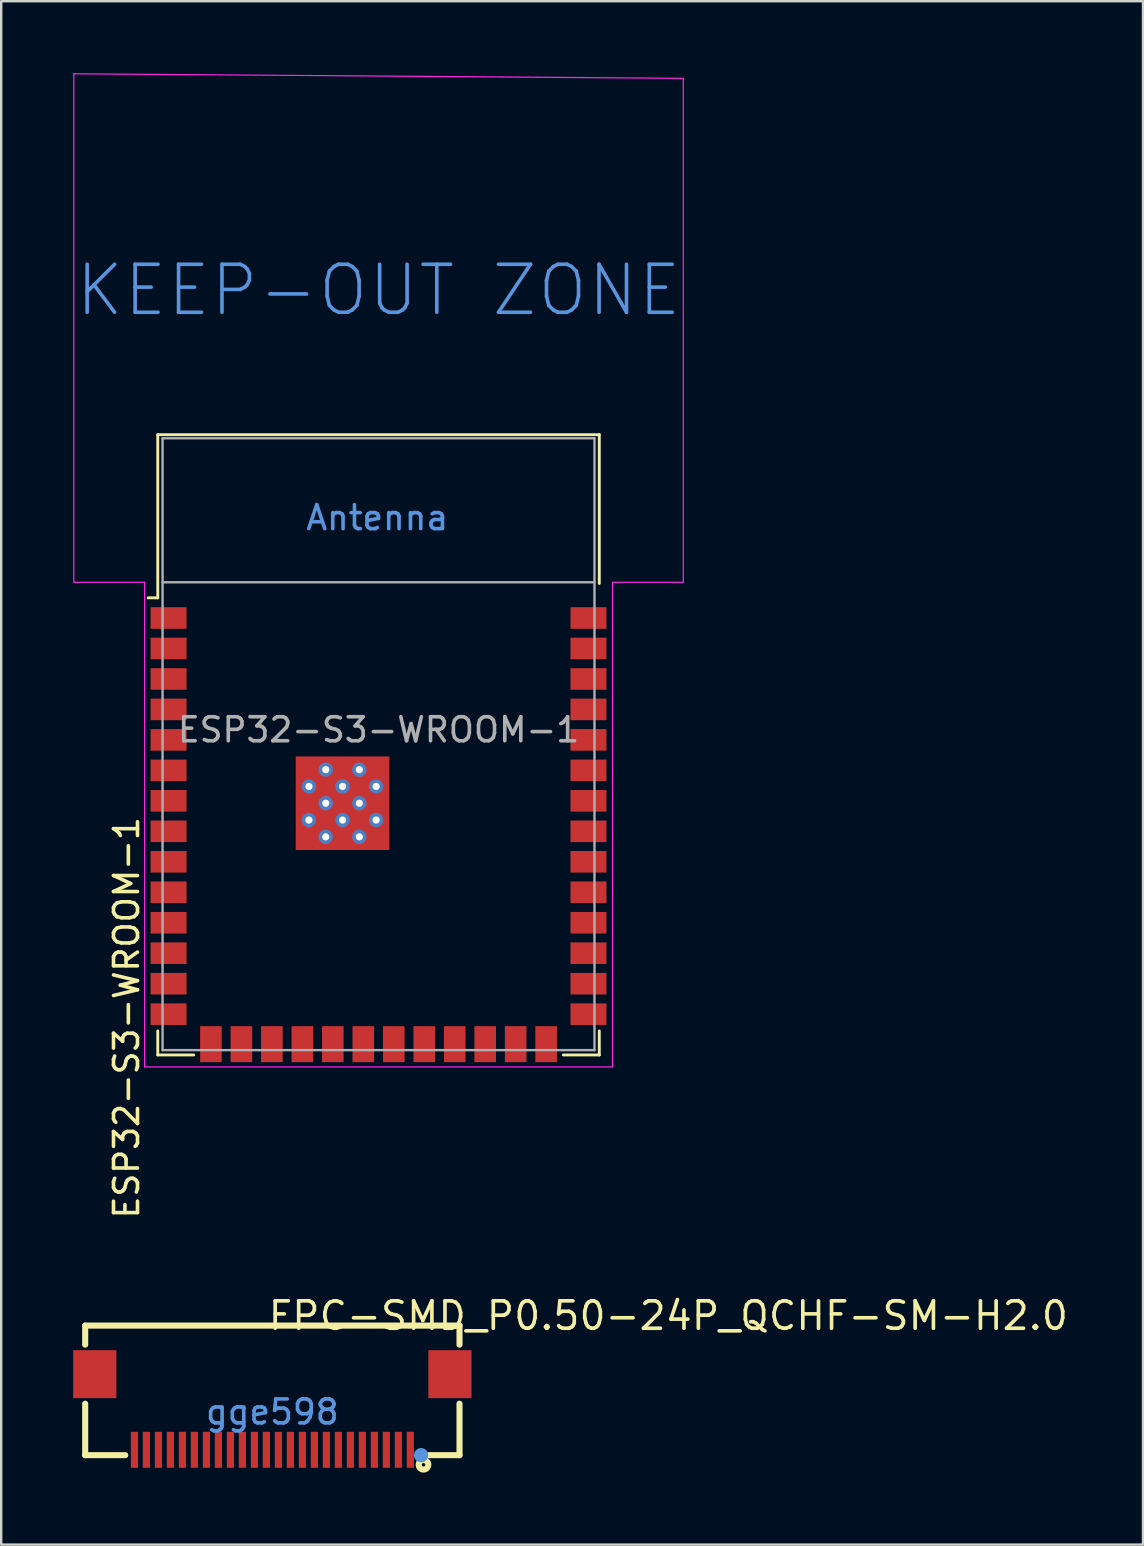
<source format=kicad_pcb>
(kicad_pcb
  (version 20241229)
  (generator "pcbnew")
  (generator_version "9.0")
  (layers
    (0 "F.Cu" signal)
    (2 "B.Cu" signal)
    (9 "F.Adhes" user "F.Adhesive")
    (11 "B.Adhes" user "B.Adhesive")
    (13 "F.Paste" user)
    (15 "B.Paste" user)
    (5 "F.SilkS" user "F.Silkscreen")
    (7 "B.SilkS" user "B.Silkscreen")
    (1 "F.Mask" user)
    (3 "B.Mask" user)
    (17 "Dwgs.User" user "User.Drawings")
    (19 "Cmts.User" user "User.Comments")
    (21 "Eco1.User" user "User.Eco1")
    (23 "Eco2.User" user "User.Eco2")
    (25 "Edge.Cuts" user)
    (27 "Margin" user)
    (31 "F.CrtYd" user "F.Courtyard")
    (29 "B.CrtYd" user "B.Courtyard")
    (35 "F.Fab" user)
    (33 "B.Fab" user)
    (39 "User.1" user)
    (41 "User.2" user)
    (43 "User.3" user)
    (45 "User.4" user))
  (footprint "FPC-SMD_P0.50-24P_QCHF-SM-H2.0"
    (layer "F.Cu")
    (at 8.3 55.794)
    (property "Reference" "FPC-SMD_P0.50-24P_QCHF-SM-H2.0" (at -0.254 -4.011 0) (layer "F.SilkS") (effects (font (size 1.143 1.143) (thickness 0.152)) (justify left)))
    (attr smd)
    (fp_line (start -7.8 -3.6) (end -7.8 -2.807) (stroke (width 0.254) (type solid)) (layer "F.SilkS"))
    (fp_line (start -7.8 -3.6) (end 7.8 -3.6) (stroke (width 0.254) (type solid)) (layer "F.SilkS"))
    (fp_line (start -7.8 -0.345) (end -7.8 1.8) (stroke (width 0.254) (type solid)) (layer "F.SilkS"))
    (fp_line (start -7.8 1.8) (end -6.129 1.8) (stroke (width 0.254) (type solid)) (layer "F.SilkS"))
    (fp_line (start 6.131 1.8) (end 7.8 1.8) (stroke (width 0.254) (type solid)) (layer "F.SilkS"))
    (fp_line (start 7.8 -3.6) (end 7.8 -2.807) (stroke (width 0.254) (type solid)) (layer "F.SilkS"))
    (fp_line (start 7.8 -0.345) (end 7.8 1.8) (stroke (width 0.254) (type solid)) (layer "F.SilkS"))
    (fp_circle (center 6.3 2.2) (end 6.5 2.2) (stroke (width 0.254) (type solid)) (fill no) (layer "F.SilkS"))
    (fp_circle (center 6.2 1.8) (end 6.35 1.8) (stroke (width 0.3) (type solid)) (fill no) (layer "Cmts.User"))
    (fp_text user "gge598" (at 0 0 0) (layer "Cmts.User") (effects (font (size 1 1) (thickness 0.15))))
    (pad "1" smd rect (at 5.75 1.574 180) (size 0.3 1.5) (layers "F.Cu" "F.Mask" "F.Paste"))
    (pad "2" smd rect (at 5.252 1.576 180) (size 0.3 1.5) (layers "F.Cu" "F.Mask" "F.Paste"))
    (pad "3" smd rect (at 4.752 1.576 180) (size 0.3 1.5) (layers "F.Cu" "F.Mask" "F.Paste"))
    (pad "4" smd rect (at 4.252 1.576 180) (size 0.3 1.5) (layers "F.Cu" "F.Mask" "F.Paste"))
    (pad "5" smd rect (at 3.752 1.576 180) (size 0.3 1.5) (layers "F.Cu" "F.Mask" "F.Paste"))
    (pad "6" smd rect (at 3.252 1.576 180) (size 0.3 1.5) (layers "F.Cu" "F.Mask" "F.Paste"))
    (pad "7" smd rect (at 2.752 1.576 180) (size 0.3 1.5) (layers "F.Cu" "F.Mask" "F.Paste"))
    (pad "8" smd rect (at 2.252 1.576 180) (size 0.3 1.5) (layers "F.Cu" "F.Mask" "F.Paste"))
    (pad "9" smd rect (at 1.752 1.576 180) (size 0.3 1.5) (layers "F.Cu" "F.Mask" "F.Paste"))
    (pad "10" smd rect (at 1.252 1.576 180) (size 0.3 1.5) (layers "F.Cu" "F.Mask" "F.Paste"))
    (pad "11" smd rect (at 0.752 1.576 180) (size 0.3 1.5) (layers "F.Cu" "F.Mask" "F.Paste"))
    (pad "12" smd rect (at 0.252 1.576 180) (size 0.3 1.5) (layers "F.Cu" "F.Mask" "F.Paste"))
    (pad "13" smd rect (at -0.248 1.576 180) (size 0.3 1.5) (layers "F.Cu" "F.Mask" "F.Paste"))
    (pad "14" smd rect (at -0.748 1.576 180) (size 0.3 1.5) (layers "F.Cu" "F.Mask" "F.Paste"))
    (pad "15" smd rect (at -1.248 1.576 180) (size 0.3 1.5) (layers "F.Cu" "F.Mask" "F.Paste"))
    (pad "16" smd rect (at -1.748 1.576 180) (size 0.3 1.5) (layers "F.Cu" "F.Mask" "F.Paste"))
    (pad "17" smd rect (at -2.248 1.576 180) (size 0.3 1.5) (layers "F.Cu" "F.Mask" "F.Paste"))
    (pad "18" smd rect (at -2.748 1.576 180) (size 0.3 1.5) (layers "F.Cu" "F.Mask" "F.Paste"))
    (pad "19" smd rect (at -3.248 1.576 180) (size 0.3 1.5) (layers "F.Cu" "F.Mask" "F.Paste"))
    (pad "20" smd rect (at -3.748 1.576 180) (size 0.3 1.5) (layers "F.Cu" "F.Mask" "F.Paste"))
    (pad "21" smd rect (at -4.248 1.576 180) (size 0.3 1.5) (layers "F.Cu" "F.Mask" "F.Paste"))
    (pad "22" smd rect (at -4.748 1.576 180) (size 0.3 1.5) (layers "F.Cu" "F.Mask" "F.Paste"))
    (pad "23" smd rect (at -5.248 1.576 180) (size 0.3 1.5) (layers "F.Cu" "F.Mask" "F.Paste"))
    (pad "24" smd rect (at -5.748 1.576 180) (size 0.3 1.5) (layers "F.Cu" "F.Mask" "F.Paste"))
    (pad "25" smd rect (at 7.4 -1.576 180) (size 1.8 2) (layers "F.Cu" "F.Mask" "F.Paste"))
    (pad "26" smd rect (at -7.4 -1.576) (size 1.8 2) (layers "F.Cu" "F.Mask" "F.Paste")))
  (footprint "ESP32-S3-WROOM-1"
    (layer "F.Cu")
    (at 12.725 27.965)
    (property "Reference" "ESP32-S3-WROOM-1" (at -10.5 11.4 90) (unlocked yes) (layer "F.SilkS") (effects (font (size 1 1) (thickness 0.15))))
    (attr smd)
    (fp_line (start -9.2 -12.9) (end 9.2 -12.9) (stroke (width 0.12) (type solid)) (layer "F.SilkS"))
    (fp_line (start -9.2 -6.1) (end -9.6 -6.1) (stroke (width 0.12) (type solid)) (layer "F.SilkS"))
    (fp_line (start -9.2 -6.1) (end -9.2 -12.9) (stroke (width 0.12) (type solid)) (layer "F.SilkS"))
    (fp_line (start -9.2 11.95) (end -9.2 12.95) (stroke (width 0.12) (type solid)) (layer "F.SilkS"))
    (fp_line (start -9.2 12.95) (end -7.7 12.95) (stroke (width 0.12) (type solid)) (layer "F.SilkS"))
    (fp_line (start 9.2 -12.9) (end 9.2 -6.7) (stroke (width 0.12) (type solid)) (layer "F.SilkS"))
    (fp_line (start 9.2 12.95) (end 7.7 12.95) (stroke (width 0.12) (type solid)) (layer "F.SilkS"))
    (fp_line (start 9.2 12.95) (end 9.2 11.95) (stroke (width 0.12) (type solid)) (layer "F.SilkS"))
    (fp_line (start -12.7 -27.94) (end -12.7 -6.75) (stroke (width 0.05) (type solid)) (layer "F.CrtYd"))
    (fp_line (start -12.7 -6.75) (end -9.75 -6.75) (stroke (width 0.05) (type solid)) (layer "F.CrtYd"))
    (fp_line (start -9.75 13.45) (end -9.75 -6.75) (stroke (width 0.05) (type solid)) (layer "F.CrtYd"))
    (fp_line (start -9.75 13.45) (end 9.75 13.45) (stroke (width 0.05) (type solid)) (layer "F.CrtYd"))
    (fp_line (start 9.75 -6.75) (end 9.75 13.45) (stroke (width 0.05) (type solid)) (layer "F.CrtYd"))
    (fp_line (start 9.75 -6.75) (end 12.7 -6.75) (stroke (width 0.05) (type solid)) (layer "F.CrtYd"))
    (fp_line (start 12.7 -27.75) (end -12.7 -27.94) (stroke (width 0.05) (type solid)) (layer "F.CrtYd"))
    (fp_line (start 12.7 -6.75) (end 12.7 -27.75) (stroke (width 0.05) (type solid)) (layer "F.CrtYd"))
    (fp_line (start -9 -12.75) (end 9 -12.75) (stroke (width 0.1) (type solid)) (layer "F.Fab"))
    (fp_line (start -9 -6.75) (end 9 -6.75) (stroke (width 0.1) (type solid)) (layer "F.Fab"))
    (fp_line (start -9 12.75) (end -9 -12.75) (stroke (width 0.1) (type solid)) (layer "F.Fab"))
    (fp_line (start -9 12.75) (end 9 12.75) (stroke (width 0.1) (type solid)) (layer "F.Fab"))
    (fp_line (start 9 12.75) (end 9 -12.75) (stroke (width 0.1) (type solid)) (layer "F.Fab"))
    (fp_text user "Antenna" (at -0.05 -9.44 0) (layer "Cmts.User") (effects (font (size 1 1) (thickness 0.15))))
    (fp_text user "KEEP-OUT ZONE" (at 0 -18.92 0) (layer "Cmts.User") (effects (font (size 2 2) (thickness 0.15))))
    (fp_text user "${REFERENCE}" (at 0 -0.6 0) (unlocked yes) (layer "F.Fab") (effects (font (size 1 1) (thickness 0.15))))
    (pad "" smd rect (at -2.9 1.06) (size 0.9 0.9) (layers "F.Paste"))
    (pad "" smd rect (at -2.9 2.46 270) (size 0.9 0.9) (layers "F.Paste"))
    (pad "" smd rect (at -2.9 3.86) (size 0.9 0.9) (layers "F.Paste"))
    (pad "" smd rect (at -1.5 1.06 270) (size 0.9 0.9) (layers "F.Paste"))
    (pad "" smd rect (at -1.5 2.46 270) (size 0.9 0.9) (layers "F.Paste"))
    (pad "" smd rect (at -1.5 3.86 270) (size 0.9 0.9) (layers "F.Paste"))
    (pad "" smd rect (at -0.1 1.06 270) (size 0.9 0.9) (layers "F.Paste"))
    (pad "" smd rect (at -0.1 2.46 270) (size 0.9 0.9) (layers "F.Paste"))
    (pad "" smd rect (at -0.1 3.86 270) (size 0.9 0.9) (layers "F.Paste"))
    (pad "1" smd rect (at -8.75 -5.26) (size 1.5 0.9) (layers "F.Cu" "F.Mask" "F.Paste"))
    (pad "2" smd rect (at -8.75 -3.99) (size 1.5 0.9) (layers "F.Cu" "F.Mask" "F.Paste"))
    (pad "3" smd rect (at -8.75 -2.72) (size 1.5 0.9) (layers "F.Cu" "F.Mask" "F.Paste"))
    (pad "4" smd rect (at -8.75 -1.45) (size 1.5 0.9) (layers "F.Cu" "F.Mask" "F.Paste"))
    (pad "5" smd rect (at -8.75 -0.18) (size 1.5 0.9) (layers "F.Cu" "F.Mask" "F.Paste"))
    (pad "6" smd rect (at -8.75 1.09) (size 1.5 0.9) (layers "F.Cu" "F.Mask" "F.Paste"))
    (pad "7" smd rect (at -8.75 2.36) (size 1.5 0.9) (layers "F.Cu" "F.Mask" "F.Paste"))
    (pad "8" smd rect (at -8.75 3.63) (size 1.5 0.9) (layers "F.Cu" "F.Mask" "F.Paste"))
    (pad "9" smd rect (at -8.75 4.9) (size 1.5 0.9) (layers "F.Cu" "F.Mask" "F.Paste"))
    (pad "10" smd rect (at -8.75 6.17) (size 1.5 0.9) (layers "F.Cu" "F.Mask" "F.Paste"))
    (pad "11" smd rect (at -8.75 7.44) (size 1.5 0.9) (layers "F.Cu" "F.Mask" "F.Paste"))
    (pad "12" smd rect (at -8.75 8.71) (size 1.5 0.9) (layers "F.Cu" "F.Mask" "F.Paste"))
    (pad "13" smd rect (at -8.75 9.98) (size 1.5 0.9) (layers "F.Cu" "F.Mask" "F.Paste"))
    (pad "14" smd rect (at -8.75 11.25 180) (size 1.5 0.9) (layers "F.Cu" "F.Mask" "F.Paste"))
    (pad "15" smd rect (at -6.985 12.5 270) (size 1.5 0.9) (layers "F.Cu" "F.Mask" "F.Paste"))
    (pad "16" smd rect (at -5.715 12.5 270) (size 1.5 0.9) (layers "F.Cu" "F.Mask" "F.Paste"))
    (pad "17" smd rect (at -4.445 12.5 270) (size 1.5 0.9) (layers "F.Cu" "F.Mask" "F.Paste"))
    (pad "18" smd rect (at -3.175 12.5 270) (size 1.5 0.9) (layers "F.Cu" "F.Mask" "F.Paste"))
    (pad "19" smd rect (at -1.905 12.5 270) (size 1.5 0.9) (layers "F.Cu" "F.Mask" "F.Paste"))
    (pad "20" smd rect (at -0.635 12.5 270) (size 1.5 0.9) (layers "F.Cu" "F.Mask" "F.Paste"))
    (pad "21" smd rect (at 0.635 12.5 270) (size 1.5 0.9) (layers "F.Cu" "F.Mask" "F.Paste"))
    (pad "22" smd rect (at 1.905 12.5 270) (size 1.5 0.9) (layers "F.Cu" "F.Mask" "F.Paste"))
    (pad "23" smd rect (at 3.175 12.5 270) (size 1.5 0.9) (layers "F.Cu" "F.Mask" "F.Paste"))
    (pad "24" smd rect (at 4.445 12.5 270) (size 1.5 0.9) (layers "F.Cu" "F.Mask" "F.Paste"))
    (pad "25" smd rect (at 5.715 12.5 270) (size 1.5 0.9) (layers "F.Cu" "F.Mask" "F.Paste"))
    (pad "26" smd rect (at 6.985 12.5 270) (size 1.5 0.9) (layers "F.Cu" "F.Mask" "F.Paste"))
    (pad "27" smd rect (at 8.75 11.25) (size 1.5 0.9) (layers "F.Cu" "F.Mask" "F.Paste"))
    (pad "28" smd rect (at 8.75 9.98) (size 1.5 0.9) (layers "F.Cu" "F.Mask" "F.Paste"))
    (pad "29" smd rect (at 8.75 8.71) (size 1.5 0.9) (layers "F.Cu" "F.Mask" "F.Paste"))
    (pad "30" smd rect (at 8.75 7.44) (size 1.5 0.9) (layers "F.Cu" "F.Mask" "F.Paste"))
    (pad "31" smd rect (at 8.75 6.17) (size 1.5 0.9) (layers "F.Cu" "F.Mask" "F.Paste"))
    (pad "32" smd rect (at 8.75 4.9) (size 1.5 0.9) (layers "F.Cu" "F.Mask" "F.Paste"))
    (pad "33" smd rect (at 8.75 3.63) (size 1.5 0.9) (layers "F.Cu" "F.Mask" "F.Paste"))
    (pad "34" smd rect (at 8.75 2.36) (size 1.5 0.9) (layers "F.Cu" "F.Mask" "F.Paste"))
    (pad "35" smd rect (at 8.75 1.09) (size 1.5 0.9) (layers "F.Cu" "F.Mask" "F.Paste"))
    (pad "36" smd rect (at 8.75 -0.18) (size 1.5 0.9) (layers "F.Cu" "F.Mask" "F.Paste"))
    (pad "37" smd rect (at 8.75 -1.45) (size 1.5 0.9) (layers "F.Cu" "F.Mask" "F.Paste"))
    (pad "38" smd rect (at 8.75 -2.72) (size 1.5 0.9) (layers "F.Cu" "F.Mask" "F.Paste"))
    (pad "39" smd rect (at 8.75 -3.99) (size 1.5 0.9) (layers "F.Cu" "F.Mask" "F.Paste"))
    (pad "40" smd rect (at 8.75 -5.26) (size 1.5 0.9) (layers "F.Cu" "F.Mask" "F.Paste"))
    (pad "41" thru_hole circle (at -2.9 1.76 90) (size 0.6 0.6) (drill 0.3) (property pad_prop_heatsink) (layers "*.Cu" "F.Mask"))
    (pad "41" thru_hole circle (at -2.9 3.16) (size 0.6 0.6) (drill 0.3) (property pad_prop_heatsink) (layers "*.Cu" "F.Mask"))
    (pad "41" thru_hole circle (at -2.2 1.06) (size 0.6 0.6) (drill 0.3) (property pad_prop_heatsink) (layers "*.Cu" "F.Mask"))
    (pad "41" thru_hole circle (at -2.2 2.46) (size 0.6 0.6) (drill 0.3) (property pad_prop_heatsink) (layers "*.Cu" "F.Mask"))
    (pad "41" thru_hole circle (at -2.2 3.86) (size 0.6 0.6) (drill 0.3) (property pad_prop_heatsink) (layers "*.Cu" "F.Mask"))
    (pad "41" thru_hole circle (at -1.5 1.76) (size 0.6 0.6) (drill 0.3) (property pad_prop_heatsink) (layers "*.Cu" "F.Mask"))
    (pad "41" smd rect (at -1.5 2.46 270) (size 3.9 3.9) (layers "F.Cu" "F.Mask"))
    (pad "41" thru_hole circle (at -1.5 3.16) (size 0.6 0.6) (drill 0.3) (property pad_prop_heatsink) (layers "*.Cu" "F.Mask"))
    (pad "41" thru_hole circle (at -0.8 1.06) (size 0.6 0.6) (drill 0.3) (property pad_prop_heatsink) (layers "*.Cu" "F.Mask"))
    (pad "41" thru_hole circle (at -0.8 2.46) (size 0.6 0.6) (drill 0.3) (property pad_prop_heatsink) (layers "*.Cu" "F.Mask"))
    (pad "41" thru_hole circle (at -0.8 3.86) (size 0.6 0.6) (drill 0.3) (property pad_prop_heatsink) (layers "*.Cu" "F.Mask"))
    (pad "41" thru_hole circle (at -0.1 1.76) (size 0.6 0.6) (drill 0.3) (property pad_prop_heatsink) (layers "*.Cu" "F.Mask"))
    (pad "41" thru_hole circle (at -0.1 3.16) (size 0.6 0.6) (drill 0.3) (property pad_prop_heatsink) (layers "*.Cu" "F.Mask"))
    (zone (net_name "") (layers "F.Cu" "B.Cu") (hatch full 0.508) (connect_pads) (min_thickness 0.254) (filled_areas_thickness no) (keepout (tracks not_allowed) (vias not_allowed) (pads not_allowed) (copperpour not_allowed) (footprints not_allowed)) (placement (enabled no)) (fill) (polygon (pts (xy 0.025 20.345) (xy 25.425 20.345) (xy 25.425 2.755) (xy 0.025 2.755)))))
  (gr_rect
    (start -3 -3)
    (end 44.584 61.321)
    (stroke (width 0.1) (type default))
    (fill no)
    (layer "Edge.Cuts")))
</source>
